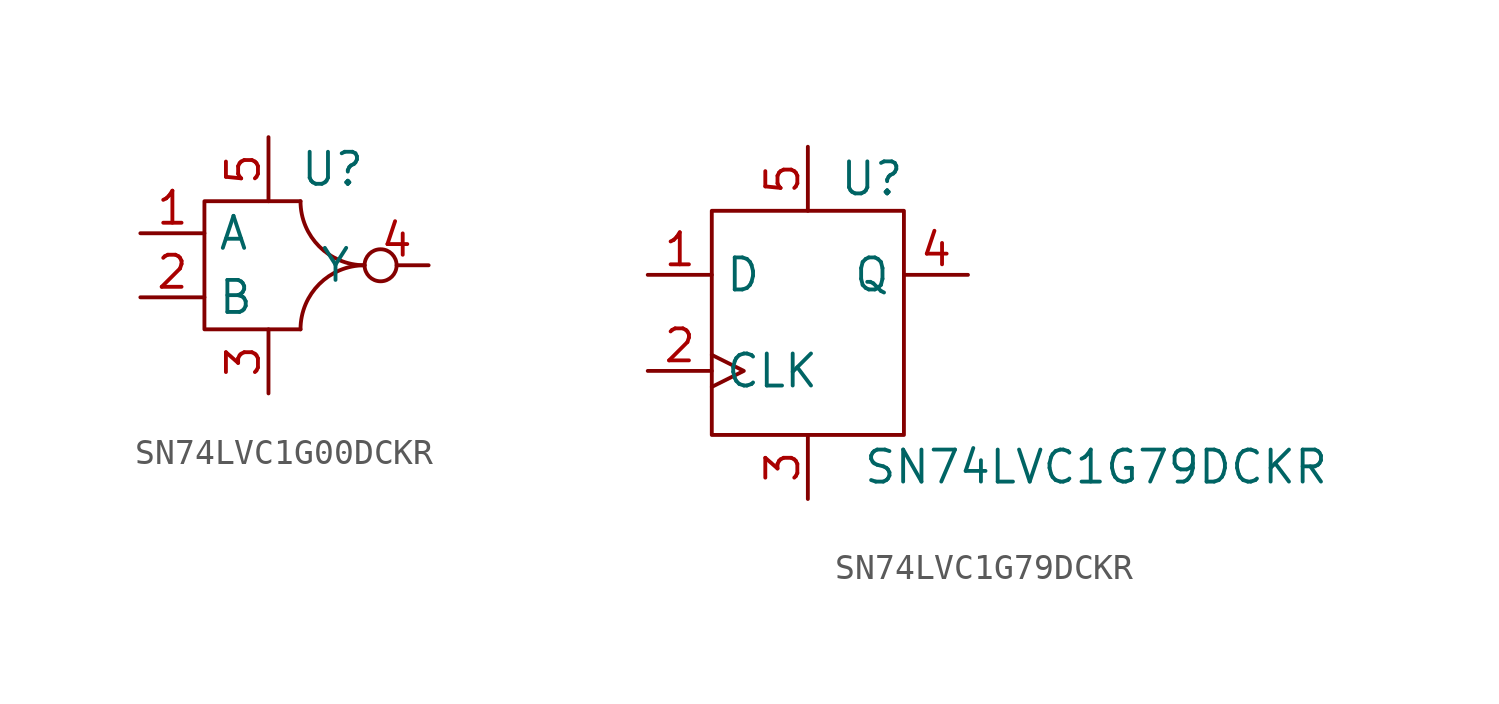
<source format=kicad_sym>
(kicad_symbol_lib
  (version 20211014)
  (generator kicad_symbol_editor)
  (symbol "SN74LVC1G00DCKR"
    (property "Reference" "U"
      (at 7.62 2.54 0)
      (effects (font (size 1.27 1.27))))
    (symbol "SN74LVC1G00DCKR_0_1"
      (polyline (pts (xy 6.35 1.27) (xy 2.54 1.27) (xy 2.54 -3.81) (xy 6.35 -3.81)) (stroke (width 0) (type default) (color 0 0 0 0)) (fill (type none)))
      (arc (start 6.35 1.27) (mid 4.5539 -3.0661) (end 8.89 -1.27) (stroke (width 0) (type default) (color 0 0 0 0)) (fill (type none)))
      (arc (start 8.89 -1.27) (mid 4.5539 0.5261) (end 6.35 -3.81) (stroke (width 0) (type default) (color 0 0 0 0)) (fill (type none))))
    (symbol "SN74LVC1G00DCKR_1_1"
      (pin input line (at 0 0 0) (length 2.54) (name "A" (effects (font (size 1.27 1.27)))) (number "1" (effects (font (size 1.27 1.27)))))
      (pin input line (at 0 -2.54 0) (length 2.54) (name "B" (effects (font (size 1.27 1.27)))) (number "2" (effects (font (size 1.27 1.27)))))
      (pin power_in line (at 5.08 -6.35 90) (length 2.54) (name "" (effects (font (size 1.27 1.27)))) (number "3" (effects (font (size 1.27 1.27)))))
      (pin power_in inverted (at 11.43 -1.27 180) (length 2.54) (name "Y" (effects (font (size 1.27 1.27)))) (number "4" (effects (font (size 1.27 1.27)))))
      (pin power_in line (at 5.08 3.81 270) (length 2.54) (name "" (effects (font (size 1.27 1.27)))) (number "5" (effects (font (size 1.27 1.27)))))))
  (symbol "SN74LVC1G79DCKR"
    (property "Reference" "U"
      (at 8.89 3.81 0)
      (effects (font (size 1.27 1.27))))
    (property "Value" "SN74LVC1G79DCKR"
      (at 17.78 -7.62 0)
      (effects (font (size 1.27 1.27))))
    (symbol "SN74LVC1G79DCKR_0_1"
      (rectangle (start 2.54 2.54) (end 10.16 -6.35) (stroke (width 0) (type default) (color 0 0 0 0)) (fill (type none))))
    (symbol "SN74LVC1G79DCKR_1_1"
      (pin power_in line (at 0 0 0) (length 2.54) (name "D" (effects (font (size 1.27 1.27)))) (number "1" (effects (font (size 1.27 1.27)))))
      (pin power_in clock (at 0 -3.81 0) (length 2.54) (name "CLK" (effects (font (size 1.27 1.27)))) (number "2" (effects (font (size 1.27 1.27)))))
      (pin power_in line (at 6.35 -8.89 90) (length 2.54) (name "" (effects (font (size 1.27 1.27)))) (number "3" (effects (font (size 1.27 1.27)))))
      (pin output line (at 12.7 0 180) (length 2.54) (name "Q" (effects (font (size 1.27 1.27)))) (number "4" (effects (font (size 1.27 1.27)))))
      (pin output line (at 6.35 5.08 270) (length 2.54) (name "" (effects (font (size 1.27 1.27)))) (number "5" (effects (font (size 1.27 1.27))))))))
</source>
